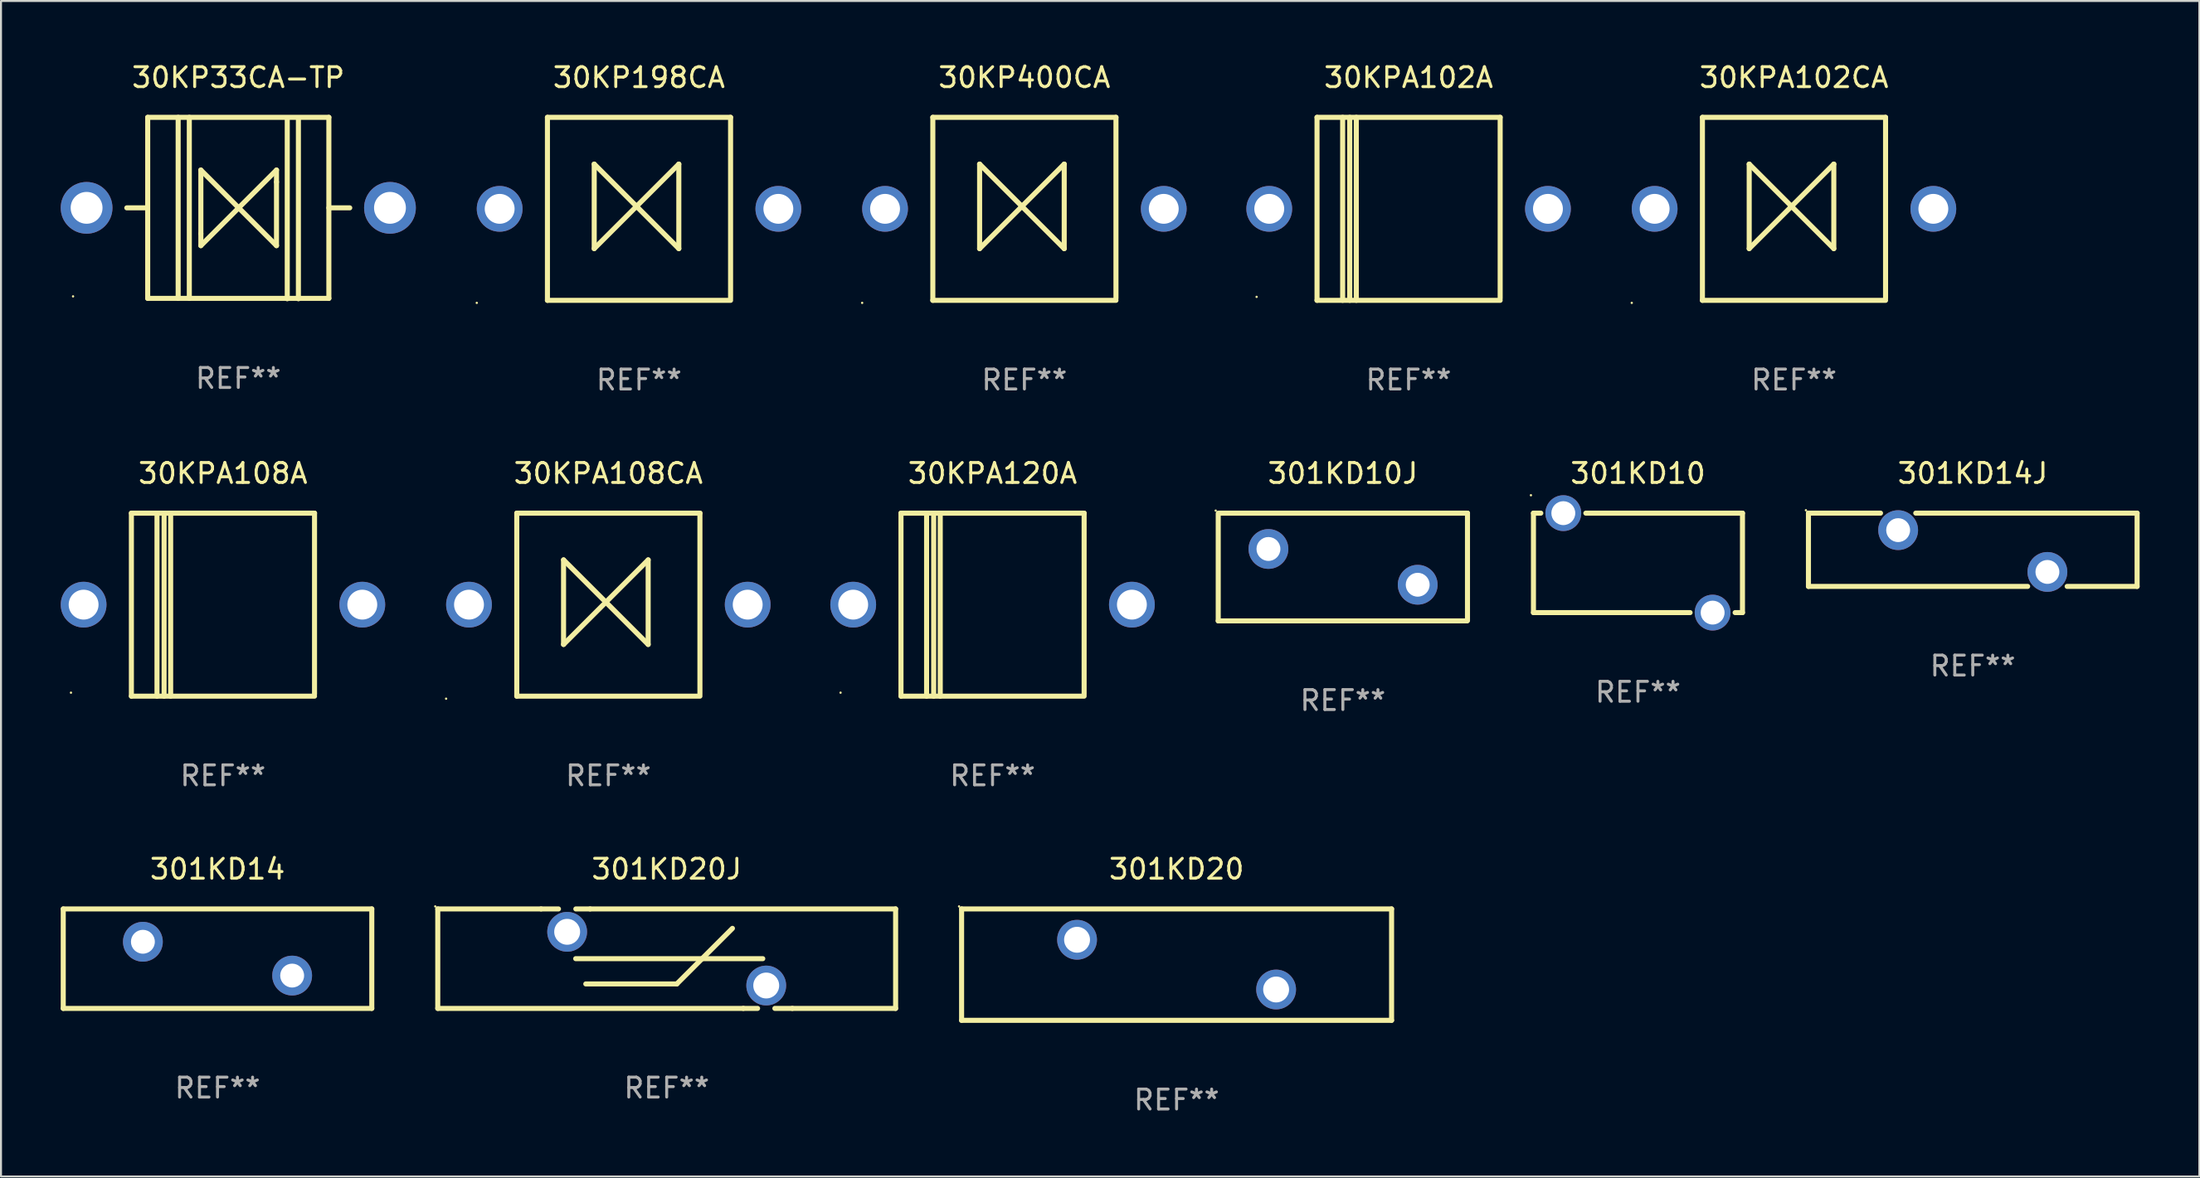
<source format=kicad_pcb>
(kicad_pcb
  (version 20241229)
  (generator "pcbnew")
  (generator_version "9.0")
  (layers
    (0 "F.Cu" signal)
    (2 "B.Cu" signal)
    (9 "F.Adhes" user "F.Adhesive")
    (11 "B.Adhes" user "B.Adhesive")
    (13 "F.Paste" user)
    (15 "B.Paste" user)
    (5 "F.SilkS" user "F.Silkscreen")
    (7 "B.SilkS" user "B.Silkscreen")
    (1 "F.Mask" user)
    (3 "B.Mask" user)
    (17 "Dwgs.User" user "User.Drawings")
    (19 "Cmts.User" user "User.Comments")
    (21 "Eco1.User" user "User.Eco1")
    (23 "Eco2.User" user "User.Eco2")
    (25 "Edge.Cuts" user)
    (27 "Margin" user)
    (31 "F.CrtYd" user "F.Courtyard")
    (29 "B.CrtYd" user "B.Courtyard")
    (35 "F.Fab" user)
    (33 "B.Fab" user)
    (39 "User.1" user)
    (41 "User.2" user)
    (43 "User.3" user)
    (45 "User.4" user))
  (footprint "301KD20"
    (layer "F.Cu")
    (at 56.055 45.441)
    (property "Reference" "301KD20" (at 0 -4.8 0) (layer "F.SilkS") (effects (font (size 1 1) (thickness 0.15))))
    (attr through_hole)
    (fp_line (start -10.8 -2.8) (end 10.8 -2.8) (stroke (width 0.254) (type solid)) (layer "F.SilkS"))
    (fp_line (start -10.8 2.8) (end -10.8 -2.8) (stroke (width 0.254) (type solid)) (layer "F.SilkS"))
    (fp_line (start 10.8 -2.8) (end 10.8 2.8) (stroke (width 0.254) (type solid)) (layer "F.SilkS"))
    (fp_line (start 10.8 2.8) (end -10.8 2.8) (stroke (width 0.254) (type solid)) (layer "F.SilkS"))
    (fp_circle (center -10.927 -2.927) (end -10.897 -2.927) (stroke (width 0.06) (type solid)) (fill no) (layer "F.SilkS"))
    (fp_text user "REF**" (at 0 6.8 0) (layer "F.Fab") (effects (font (size 1 1) (thickness 0.15))))
    (pad "1" thru_hole circle (at -5 -1.25) (size 2 2) (drill 1.3) (layers "*.Cu" "*.Mask"))
    (pad "2" thru_hole circle (at 5 1.25) (size 2 2) (drill 1.3) (layers "*.Cu" "*.Mask")))
  (footprint "301KD10J"
    (layer "F.Cu")
    (at 64.408 25.453)
    (property "Reference" "301KD10J" (at 0 -4.708 0) (layer "F.SilkS") (effects (font (size 1 1) (thickness 0.15))))
    (attr through_hole)
    (fp_line (start -6.261 2.708) (end -6.261 -2.692) (stroke (width 0.254) (type solid)) (layer "F.SilkS"))
    (fp_line (start -6.24 -2.708) (end 6.261 -2.708) (stroke (width 0.254) (type solid)) (layer "F.SilkS"))
    (fp_line (start 6.241 2.708) (end -6.261 2.708) (stroke (width 0.254) (type solid)) (layer "F.SilkS"))
    (fp_line (start 6.26 -2.708) (end 6.26 2.692) (stroke (width 0.254) (type solid)) (layer "F.SilkS"))
    (fp_circle (center -6.388 -2.835) (end -6.358 -2.835) (stroke (width 0.06) (type solid)) (fill no) (layer "F.SilkS"))
    (fp_text user "REF**" (at 0 6.708 0) (layer "F.Fab") (effects (font (size 1 1) (thickness 0.15))))
    (pad "1" thru_hole circle (at -3.739 -0.907) (size 2 2) (drill 1.2) (layers "*.Cu" "*.Mask"))
    (pad "2" thru_hole circle (at 3.759 0.891) (size 2 2) (drill 1.2) (layers "*.Cu" "*.Mask")))
  (footprint "301KD10"
    (layer "F.Cu")
    (at 79.232 25.245)
    (property "Reference" "301KD10" (at 0 -4.5 0) (layer "F.SilkS") (effects (font (size 1 1) (thickness 0.15))))
    (attr through_hole)
    (fp_line (start -5.25 2.5) (end -5.25 -2.5) (stroke (width 0.254) (type solid)) (layer "F.SilkS"))
    (fp_line (start -5.25 2.5) (end 2.619 2.5) (stroke (width 0.254) (type solid)) (layer "F.SilkS"))
    (fp_line (start -4.881 -2.5) (end -5.25 -2.5) (stroke (width 0.254) (type solid)) (layer "F.SilkS"))
    (fp_line (start 4.881 2.5) (end 5.25 2.5) (stroke (width 0.254) (type solid)) (layer "F.SilkS"))
    (fp_line (start 5.25 -2.5) (end -2.619 -2.5) (stroke (width 0.254) (type solid)) (layer "F.SilkS"))
    (fp_line (start 5.25 -2.5) (end 5.25 2.5) (stroke (width 0.254) (type solid)) (layer "F.SilkS"))
    (fp_circle (center -5.377 -3.4) (end -5.347 -3.4) (stroke (width 0.06) (type solid)) (fill no) (layer "F.SilkS"))
    (fp_text user "REF**" (at 0 6.5 0) (layer "F.Fab") (effects (font (size 1 1) (thickness 0.15))))
    (pad "1" thru_hole circle (at -3.75 -2.5) (size 1.8 1.8) (drill 1.2) (layers "*.Cu" "*.Mask"))
    (pad "2" thru_hole circle (at 3.75 2.5) (size 1.8 1.8) (drill 1.2) (layers "*.Cu" "*.Mask")))
  (footprint "30KP198CA"
    (layer "F.Cu")
    (at 29.05 7.448)
    (property "Reference" "30KP198CA" (at 0 -6.6 0) (layer "F.SilkS") (effects (font (size 1 1) (thickness 0.15))))
    (attr through_hole)
    (fp_line (start -4.6 -4.6) (end -4.6 4.6) (stroke (width 0.254) (type solid)) (layer "F.SilkS"))
    (fp_line (start -4.6 -4.6) (end 4.6 -4.6) (stroke (width 0.254) (type solid)) (layer "F.SilkS"))
    (fp_line (start -4.6 4.6) (end 4.6 4.6) (stroke (width 0.254) (type solid)) (layer "F.SilkS"))
    (fp_line (start -2.25 -2.25) (end -2.25 2) (stroke (width 0.254) (type solid)) (layer "F.SilkS"))
    (fp_line (start -2.25 2) (end 2 -2.25) (stroke (width 0.254) (type solid)) (layer "F.SilkS"))
    (fp_line (start 2 -2.25) (end 2 2) (stroke (width 0.254) (type solid)) (layer "F.SilkS"))
    (fp_line (start 2 2) (end -2.25 -2.25) (stroke (width 0.254) (type solid)) (layer "F.SilkS"))
    (fp_line (start 4.6 -4.6) (end 4.6 4.5) (stroke (width 0.254) (type solid)) (layer "F.SilkS"))
    (fp_circle (center -8.15 4.727) (end -8.12 4.727) (stroke (width 0.06) (type solid)) (fill no) (layer "F.SilkS"))
    (fp_text user "REF**" (at 0 8.6 0) (layer "F.Fab") (effects (font (size 1 1) (thickness 0.15))))
    (pad "1" thru_hole circle (at -7 0) (size 2.3 2.3) (drill 1.5) (layers "*.Cu" "*.Mask"))
    (pad "2" thru_hole circle (at 7 0) (size 2.3 2.3) (drill 1.5) (layers "*.Cu" "*.Mask")))
  (footprint "30KP33CA-TP"
    (layer "F.Cu")
    (at 8.92 7.409)
    (property "Reference" "30KP33CA-TP" (at 0 -6.561 0) (layer "F.SilkS") (effects (font (size 1 1) (thickness 0.15))))
    (attr through_hole)
    (fp_line (start -4.58 -0.011) (end -5.6 -0.011) (stroke (width 0.254) (type solid)) (layer "F.SilkS"))
    (fp_line (start -4.55 -4.561) (end 4.55 -4.561) (stroke (width 0.254) (type solid)) (layer "F.SilkS"))
    (fp_line (start -4.55 -4.561) (end -4.55 4.539) (stroke (width 0.254) (type solid)) (layer "F.SilkS"))
    (fp_line (start -3.02 -4.561) (end -3.02 4.539) (stroke (width 0.254) (type solid)) (layer "F.SilkS"))
    (fp_line (start -2.46 -4.561) (end -2.46 4.539) (stroke (width 0.254) (type solid)) (layer "F.SilkS"))
    (fp_line (start -1.88 -1.911) (end 0.02 -0.011) (stroke (width 0.254) (type solid)) (layer "F.SilkS"))
    (fp_line (start -1.88 1.289) (end -1.88 -1.911) (stroke (width 0.254) (type solid)) (layer "F.SilkS"))
    (fp_line (start -1.88 1.889) (end -1.88 1.289) (stroke (width 0.254) (type solid)) (layer "F.SilkS"))
    (fp_line (start 0.02 -0.011) (end -1.88 1.889) (stroke (width 0.254) (type solid)) (layer "F.SilkS"))
    (fp_line (start 0.02 -0.011) (end 1.92 -1.911) (stroke (width 0.254) (type solid)) (layer "F.SilkS"))
    (fp_line (start 1.92 -1.911) (end 1.92 -1.311) (stroke (width 0.254) (type solid)) (layer "F.SilkS"))
    (fp_line (start 1.92 -1.311) (end 1.92 1.889) (stroke (width 0.254) (type solid)) (layer "F.SilkS"))
    (fp_line (start 1.92 1.889) (end 0.02 -0.011) (stroke (width 0.254) (type solid)) (layer "F.SilkS"))
    (fp_line (start 2.46 -4.539) (end 2.46 4.561) (stroke (width 0.254) (type solid)) (layer "F.SilkS"))
    (fp_line (start 3.02 -4.539) (end 3.02 4.561) (stroke (width 0.254) (type solid)) (layer "F.SilkS"))
    (fp_line (start 4.55 4.539) (end -4.55 4.539) (stroke (width 0.254) (type solid)) (layer "F.SilkS"))
    (fp_line (start 4.55 4.539) (end 4.55 -4.561) (stroke (width 0.254) (type solid)) (layer "F.SilkS"))
    (fp_line (start 5.6 -0.011) (end 4.55 -0.011) (stroke (width 0.254) (type solid)) (layer "F.SilkS"))
    (fp_circle (center -8.3 4.439) (end -8.27 4.439) (stroke (width 0.06) (type solid)) (fill no) (layer "F.SilkS"))
    (fp_text user "REF**" (at 0 8.561 0) (layer "F.Fab") (effects (font (size 1 1) (thickness 0.15))))
    (pad "1" thru_hole circle (at -7.62 -0.011) (size 2.6 2.6) (drill 1.6) (layers "*.Cu" "*.Mask"))
    (pad "2" thru_hole circle (at 7.62 -0.011) (size 2.6 2.6) (drill 1.6) (layers "*.Cu" "*.Mask")))
  (footprint "30KPA102CA"
    (layer "F.Cu")
    (at 87.07 7.448)
    (property "Reference" "30KPA102CA" (at 0 -6.6 0) (layer "F.SilkS") (effects (font (size 1 1) (thickness 0.15))))
    (attr through_hole)
    (fp_line (start -4.6 -4.6) (end -4.6 4.6) (stroke (width 0.254) (type solid)) (layer "F.SilkS"))
    (fp_line (start -4.6 -4.6) (end 4.6 -4.6) (stroke (width 0.254) (type solid)) (layer "F.SilkS"))
    (fp_line (start -4.6 4.6) (end 4.6 4.6) (stroke (width 0.254) (type solid)) (layer "F.SilkS"))
    (fp_line (start -2.25 -2.25) (end -2.25 2) (stroke (width 0.254) (type solid)) (layer "F.SilkS"))
    (fp_line (start -2.25 2) (end 2 -2.25) (stroke (width 0.254) (type solid)) (layer "F.SilkS"))
    (fp_line (start 2 -2.25) (end 2 2) (stroke (width 0.254) (type solid)) (layer "F.SilkS"))
    (fp_line (start 2 2) (end -2.25 -2.25) (stroke (width 0.254) (type solid)) (layer "F.SilkS"))
    (fp_line (start 4.6 -4.6) (end 4.6 4.5) (stroke (width 0.254) (type solid)) (layer "F.SilkS"))
    (fp_circle (center -8.15 4.727) (end -8.12 4.727) (stroke (width 0.06) (type solid)) (fill no) (layer "F.SilkS"))
    (fp_text user "REF**" (at 0 8.6 0) (layer "F.Fab") (effects (font (size 1 1) (thickness 0.15))))
    (pad "1" thru_hole circle (at -7 0) (size 2.3 2.3) (drill 1.5) (layers "*.Cu" "*.Mask"))
    (pad "2" thru_hole circle (at 7 0) (size 2.3 2.3) (drill 1.5) (layers "*.Cu" "*.Mask")))
  (footprint "301KD20J"
    (layer "F.Cu")
    (at 30.441 45.141)
    (property "Reference" "301KD20J" (at 0 -4.5 0) (layer "F.SilkS") (effects (font (size 1 1) (thickness 0.15))))
    (attr through_hole)
    (fp_line (start -11.5 -2.5) (end -11.5 2.5) (stroke (width 0.254) (type solid)) (layer "F.SilkS"))
    (fp_line (start -11.5 -2.5) (end -6.311 -2.5) (stroke (width 0.254) (type solid)) (layer "F.SilkS"))
    (fp_line (start -11.5 2.5) (end 3.849 2.5) (stroke (width 0.254) (type solid)) (layer "F.SilkS"))
    (fp_line (start -6.311 -2.5) (end -5.436 -2.5) (stroke (width 0.254) (type solid)) (layer "F.SilkS"))
    (fp_line (start -4.572 -0.000279) (end 4.826 -0.000279) (stroke (width 0.254) (type solid)) (layer "F.SilkS"))
    (fp_line (start -4.564 -2.5) (end -3.849 -2.5) (stroke (width 0.254) (type solid)) (layer "F.SilkS"))
    (fp_line (start -4.064 1.27) (end 0.508 1.27) (stroke (width 0.254) (type solid)) (layer "F.SilkS"))
    (fp_line (start -3.849 -2.5) (end 11.5 -2.5) (stroke (width 0.254) (type solid)) (layer "F.SilkS"))
    (fp_line (start 0.508 1.27) (end 3.302 -1.524) (stroke (width 0.254) (type solid)) (layer "F.SilkS"))
    (fp_line (start 3.849 2.5) (end 4.566 2.5) (stroke (width 0.254) (type solid)) (layer "F.SilkS"))
    (fp_line (start 5.434 2.5) (end 6.311 2.5) (stroke (width 0.254) (type solid)) (layer "F.SilkS"))
    (fp_line (start 6.311 2.5) (end 11.5 2.5) (stroke (width 0.254) (type solid)) (layer "F.SilkS"))
    (fp_line (start 11.5 2.5) (end 11.5 -2.5) (stroke (width 0.254) (type solid)) (layer "F.SilkS"))
    (fp_circle (center -11.627 -2.627) (end -11.597 -2.627) (stroke (width 0.06) (type solid)) (fill no) (layer "F.SilkS"))
    (fp_text user "REF**" (at 0 6.5 0) (layer "F.Fab") (effects (font (size 1 1) (thickness 0.15))))
    (pad "1" thru_hole circle (at -5 -1.35) (size 2 2) (drill 1.3) (layers "*.Cu" "*.Mask"))
    (pad "2" thru_hole circle (at 5 1.35) (size 2 2) (drill 1.3) (layers "*.Cu" "*.Mask")))
  (footprint "30KPA120A"
    (layer "F.Cu")
    (at 46.81 27.345)
    (property "Reference" "30KPA120A" (at 0 -6.6 0) (layer "F.SilkS") (effects (font (size 1 1) (thickness 0.15))))
    (attr through_hole)
    (fp_line (start -4.6 -4.6) (end -4.6 4.6) (stroke (width 0.254) (type solid)) (layer "F.SilkS"))
    (fp_line (start -4.6 -4.6) (end 4.6 -4.6) (stroke (width 0.254) (type solid)) (layer "F.SilkS"))
    (fp_line (start -4.6 4.6) (end 4.6 4.6) (stroke (width 0.254) (type solid)) (layer "F.SilkS"))
    (fp_line (start -3.313 -4.6) (end -3.313 4.6) (stroke (width 0.254) (type solid)) (layer "F.SilkS"))
    (fp_line (start -2.957 -4.6) (end -2.957 4.6) (stroke (width 0.254) (type solid)) (layer "F.SilkS"))
    (fp_line (start -2.627 -4.6) (end -2.627 4.6) (stroke (width 0.254) (type solid)) (layer "F.SilkS"))
    (fp_line (start 4.6 -4.6) (end 4.6 4.5) (stroke (width 0.254) (type solid)) (layer "F.SilkS"))
    (fp_circle (center -7.635 4.425) (end -7.605 4.425) (stroke (width 0.06) (type solid)) (fill no) (layer "F.SilkS"))
    (fp_text user "REF**" (at 0 8.6 0) (layer "F.Fab") (effects (font (size 1 1) (thickness 0.15))))
    (pad "1" thru_hole circle (at -7 0) (size 2.3 2.3) (drill 1.5) (layers "*.Cu" "*.Mask"))
    (pad "2" thru_hole circle (at 7 0) (size 2.3 2.3) (drill 1.5) (layers "*.Cu" "*.Mask")))
  (footprint "30KPA102A"
    (layer "F.Cu")
    (at 67.71 7.448)
    (property "Reference" "30KPA102A" (at 0 -6.6 0) (layer "F.SilkS") (effects (font (size 1 1) (thickness 0.15))))
    (attr through_hole)
    (fp_line (start -4.6 -4.6) (end -4.6 4.6) (stroke (width 0.254) (type solid)) (layer "F.SilkS"))
    (fp_line (start -4.6 -4.6) (end 4.6 -4.6) (stroke (width 0.254) (type solid)) (layer "F.SilkS"))
    (fp_line (start -4.6 4.6) (end 4.6 4.6) (stroke (width 0.254) (type solid)) (layer "F.SilkS"))
    (fp_line (start -3.313 -4.6) (end -3.313 4.6) (stroke (width 0.254) (type solid)) (layer "F.SilkS"))
    (fp_line (start -2.957 -4.6) (end -2.957 4.6) (stroke (width 0.254) (type solid)) (layer "F.SilkS"))
    (fp_line (start -2.627 -4.6) (end -2.627 4.6) (stroke (width 0.254) (type solid)) (layer "F.SilkS"))
    (fp_line (start 4.6 -4.6) (end 4.6 4.5) (stroke (width 0.254) (type solid)) (layer "F.SilkS"))
    (fp_circle (center -7.635 4.425) (end -7.605 4.425) (stroke (width 0.06) (type solid)) (fill no) (layer "F.SilkS"))
    (fp_text user "REF**" (at 0 8.6 0) (layer "F.Fab") (effects (font (size 1 1) (thickness 0.15))))
    (pad "1" thru_hole circle (at -7 0) (size 2.3 2.3) (drill 1.5) (layers "*.Cu" "*.Mask"))
    (pad "2" thru_hole circle (at 7 0) (size 2.3 2.3) (drill 1.5) (layers "*.Cu" "*.Mask")))
  (footprint "30KPA108CA"
    (layer "F.Cu")
    (at 27.51 27.345)
    (property "Reference" "30KPA108CA" (at 0 -6.6 0) (layer "F.SilkS") (effects (font (size 1 1) (thickness 0.15))))
    (attr through_hole)
    (fp_line (start -4.6 -4.6) (end -4.6 4.6) (stroke (width 0.254) (type solid)) (layer "F.SilkS"))
    (fp_line (start -4.6 -4.6) (end 4.6 -4.6) (stroke (width 0.254) (type solid)) (layer "F.SilkS"))
    (fp_line (start -4.6 4.6) (end 4.6 4.6) (stroke (width 0.254) (type solid)) (layer "F.SilkS"))
    (fp_line (start -2.25 -2.25) (end -2.25 2) (stroke (width 0.254) (type solid)) (layer "F.SilkS"))
    (fp_line (start -2.25 2) (end 2 -2.25) (stroke (width 0.254) (type solid)) (layer "F.SilkS"))
    (fp_line (start 2 -2.25) (end 2 2) (stroke (width 0.254) (type solid)) (layer "F.SilkS"))
    (fp_line (start 2 2) (end -2.25 -2.25) (stroke (width 0.254) (type solid)) (layer "F.SilkS"))
    (fp_line (start 4.6 -4.6) (end 4.6 4.5) (stroke (width 0.254) (type solid)) (layer "F.SilkS"))
    (fp_circle (center -8.15 4.727) (end -8.12 4.727) (stroke (width 0.06) (type solid)) (fill no) (layer "F.SilkS"))
    (fp_text user "REF**" (at 0 8.6 0) (layer "F.Fab") (effects (font (size 1 1) (thickness 0.15))))
    (pad "1" thru_hole circle (at -7 0) (size 2.3 2.3) (drill 1.5) (layers "*.Cu" "*.Mask"))
    (pad "2" thru_hole circle (at 7 0) (size 2.3 2.3) (drill 1.5) (layers "*.Cu" "*.Mask")))
  (footprint "30KP400CA"
    (layer "F.Cu")
    (at 48.41 7.448)
    (property "Reference" "30KP400CA" (at 0 -6.6 0) (layer "F.SilkS") (effects (font (size 1 1) (thickness 0.15))))
    (attr through_hole)
    (fp_line (start -4.6 -4.6) (end -4.6 4.6) (stroke (width 0.254) (type solid)) (layer "F.SilkS"))
    (fp_line (start -4.6 -4.6) (end 4.6 -4.6) (stroke (width 0.254) (type solid)) (layer "F.SilkS"))
    (fp_line (start -4.6 4.6) (end 4.6 4.6) (stroke (width 0.254) (type solid)) (layer "F.SilkS"))
    (fp_line (start -2.25 -2.25) (end -2.25 2) (stroke (width 0.254) (type solid)) (layer "F.SilkS"))
    (fp_line (start -2.25 2) (end 2 -2.25) (stroke (width 0.254) (type solid)) (layer "F.SilkS"))
    (fp_line (start 2 -2.25) (end 2 2) (stroke (width 0.254) (type solid)) (layer "F.SilkS"))
    (fp_line (start 2 2) (end -2.25 -2.25) (stroke (width 0.254) (type solid)) (layer "F.SilkS"))
    (fp_line (start 4.6 -4.6) (end 4.6 4.5) (stroke (width 0.254) (type solid)) (layer "F.SilkS"))
    (fp_circle (center -8.15 4.727) (end -8.12 4.727) (stroke (width 0.06) (type solid)) (fill no) (layer "F.SilkS"))
    (fp_text user "REF**" (at 0 8.6 0) (layer "F.Fab") (effects (font (size 1 1) (thickness 0.15))))
    (pad "1" thru_hole circle (at -7 0) (size 2.3 2.3) (drill 1.5) (layers "*.Cu" "*.Mask"))
    (pad "2" thru_hole circle (at 7 0) (size 2.3 2.3) (drill 1.5) (layers "*.Cu" "*.Mask")))
  (footprint "301KD14J"
    (layer "F.Cu")
    (at 96.051 24.586)
    (property "Reference" "301KD14J" (at 0 -3.842 0) (layer "F.SilkS") (effects (font (size 1 1) (thickness 0.15))))
    (attr through_hole)
    (fp_line (start -8.255 -1.842) (end -4.634 -1.842) (stroke (width 0.254) (type solid)) (layer "F.SilkS"))
    (fp_line (start -8.255 1.842) (end -8.255 -1.842) (stroke (width 0.254) (type solid)) (layer "F.SilkS"))
    (fp_line (start -2.864 -1.842) (end 8.255 -1.842) (stroke (width 0.254) (type solid)) (layer "F.SilkS"))
    (fp_line (start 2.757 1.842) (end -8.255 1.842) (stroke (width 0.254) (type solid)) (layer "F.SilkS"))
    (fp_line (start 8.255 -1.842) (end 8.255 1.842) (stroke (width 0.254) (type solid)) (layer "F.SilkS"))
    (fp_line (start 8.255 1.842) (end 4.741 1.842) (stroke (width 0.254) (type solid)) (layer "F.SilkS"))
    (fp_circle (center -8.382 -1.987) (end -8.352 -1.987) (stroke (width 0.06) (type solid)) (fill no) (layer "F.SilkS"))
    (fp_text user "REF**" (at 0 5.842 0) (layer "F.Fab") (effects (font (size 1 1) (thickness 0.15))))
    (pad "1" thru_hole circle (at -3.749 -0.987) (size 2 2) (drill 1.2) (layers "*.Cu" "*.Mask"))
    (pad "2" thru_hole circle (at 3.749 1.114) (size 2 2) (drill 1.2) (layers "*.Cu" "*.Mask")))
  (footprint "30KPA108A"
    (layer "F.Cu")
    (at 8.15 27.345)
    (property "Reference" "30KPA108A" (at 0 -6.6 0) (layer "F.SilkS") (effects (font (size 1 1) (thickness 0.15))))
    (attr through_hole)
    (fp_line (start -4.6 -4.6) (end -4.6 4.6) (stroke (width 0.254) (type solid)) (layer "F.SilkS"))
    (fp_line (start -4.6 -4.6) (end 4.6 -4.6) (stroke (width 0.254) (type solid)) (layer "F.SilkS"))
    (fp_line (start -4.6 4.6) (end 4.6 4.6) (stroke (width 0.254) (type solid)) (layer "F.SilkS"))
    (fp_line (start -3.313 -4.6) (end -3.313 4.6) (stroke (width 0.254) (type solid)) (layer "F.SilkS"))
    (fp_line (start -2.957 -4.6) (end -2.957 4.6) (stroke (width 0.254) (type solid)) (layer "F.SilkS"))
    (fp_line (start -2.627 -4.6) (end -2.627 4.6) (stroke (width 0.254) (type solid)) (layer "F.SilkS"))
    (fp_line (start 4.6 -4.6) (end 4.6 4.5) (stroke (width 0.254) (type solid)) (layer "F.SilkS"))
    (fp_circle (center -7.635 4.425) (end -7.605 4.425) (stroke (width 0.06) (type solid)) (fill no) (layer "F.SilkS"))
    (fp_text user "REF**" (at 0 8.6 0) (layer "F.Fab") (effects (font (size 1 1) (thickness 0.15))))
    (pad "1" thru_hole circle (at -7 0) (size 2.3 2.3) (drill 1.5) (layers "*.Cu" "*.Mask"))
    (pad "2" thru_hole circle (at 7 0) (size 2.3 2.3) (drill 1.5) (layers "*.Cu" "*.Mask")))
  (footprint "301KD14"
    (layer "F.Cu")
    (at 7.877 45.141)
    (property "Reference" "301KD14" (at 0 -4.5 0) (layer "F.SilkS") (effects (font (size 1 1) (thickness 0.15))))
    (attr through_hole)
    (fp_line (start -7.75 -2.5) (end 7.75 -2.5) (stroke (width 0.254) (type solid)) (layer "F.SilkS"))
    (fp_line (start -7.75 2.5) (end -7.75 -2.499) (stroke (width 0.254) (type solid)) (layer "F.SilkS"))
    (fp_line (start 7.75 -2.5) (end 7.75 2.5) (stroke (width 0.254) (type solid)) (layer "F.SilkS"))
    (fp_line (start 7.75 2.5) (end -7.75 2.5) (stroke (width 0.254) (type solid)) (layer "F.SilkS"))
    (fp_circle (center -7.75 -2.5) (end -7.72 -2.5) (stroke (width 0.06) (type solid)) (fill no) (layer "F.SilkS"))
    (fp_text user "REF**" (at 0 6.5 0) (layer "F.Fab") (effects (font (size 1 1) (thickness 0.15))))
    (pad "1" thru_hole circle (at -3.749 -0.85) (size 2 2) (drill 1.2) (layers "*.Cu" "*.Mask"))
    (pad "2" thru_hole circle (at 3.749 0.85) (size 2 2) (drill 1.2) (layers "*.Cu" "*.Mask")))
  (gr_rect
    (start -3 -3)
    (end 107.433 56.09)
    (stroke (width 0.1) (type default))
    (fill no)
    (layer "Edge.Cuts")))
</source>
